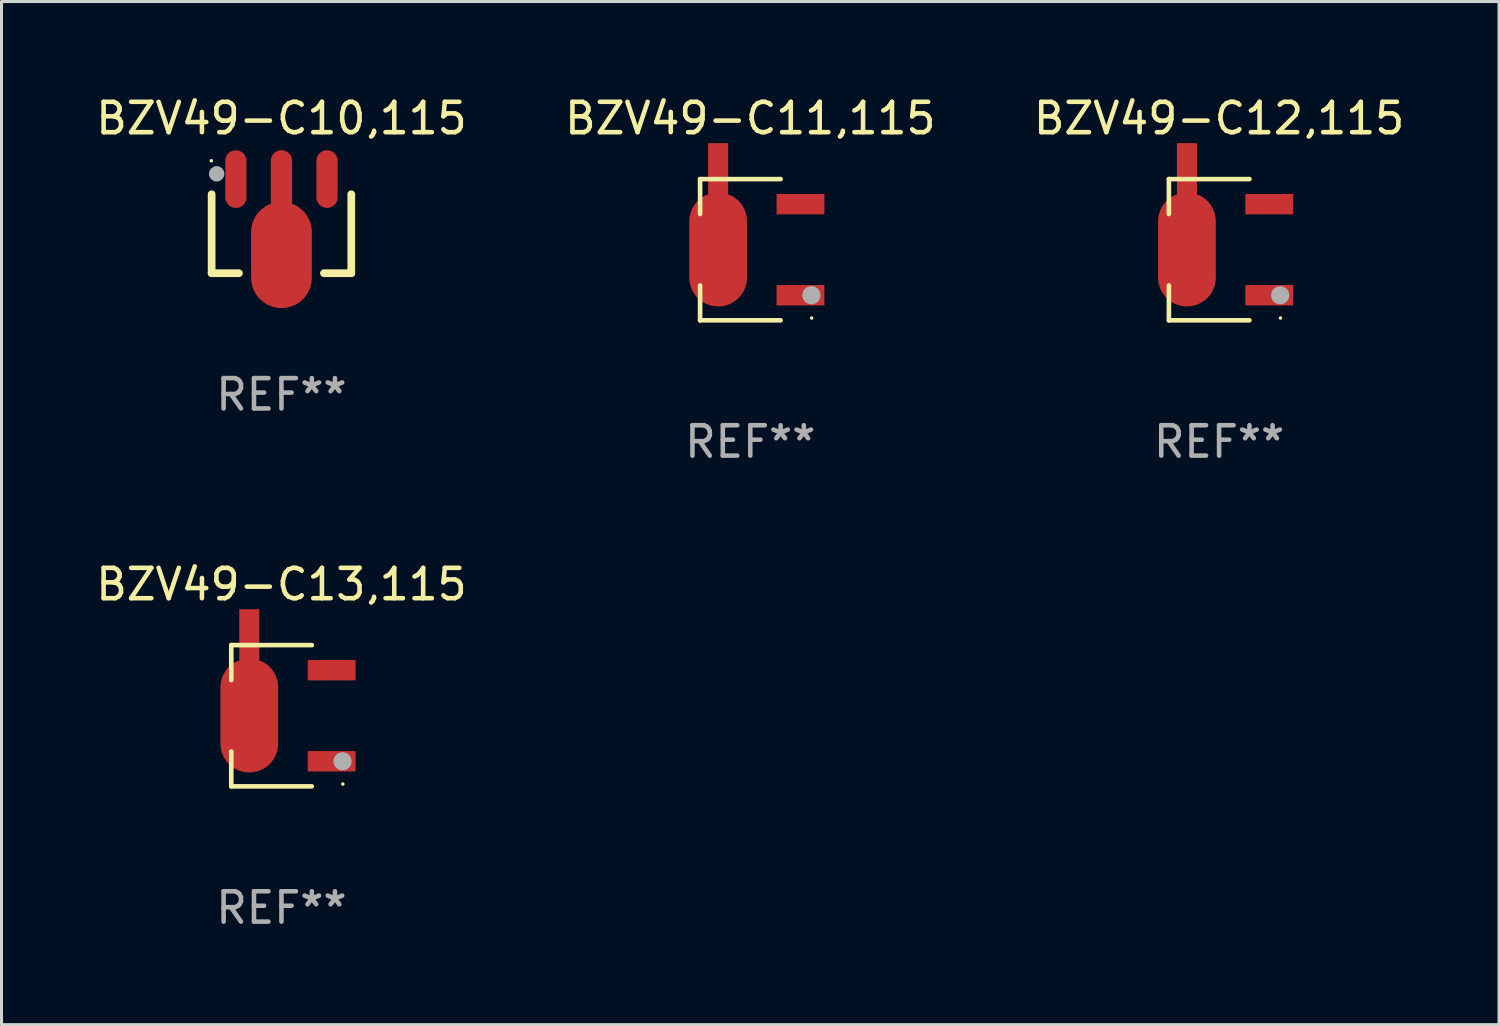
<source format=kicad_pcb>
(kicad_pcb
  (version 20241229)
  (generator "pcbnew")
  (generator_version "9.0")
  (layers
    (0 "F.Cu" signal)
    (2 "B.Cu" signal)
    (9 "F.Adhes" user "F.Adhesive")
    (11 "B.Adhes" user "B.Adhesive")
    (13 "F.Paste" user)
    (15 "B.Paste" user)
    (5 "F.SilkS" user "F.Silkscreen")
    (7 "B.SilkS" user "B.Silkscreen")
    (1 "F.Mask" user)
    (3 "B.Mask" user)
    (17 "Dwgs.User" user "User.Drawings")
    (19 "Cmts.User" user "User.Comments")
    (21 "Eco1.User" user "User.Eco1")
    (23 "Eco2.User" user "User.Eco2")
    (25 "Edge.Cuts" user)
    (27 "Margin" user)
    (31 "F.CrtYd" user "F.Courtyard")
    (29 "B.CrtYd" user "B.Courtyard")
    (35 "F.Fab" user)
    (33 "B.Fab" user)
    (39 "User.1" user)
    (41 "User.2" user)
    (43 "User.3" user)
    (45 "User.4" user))
  (footprint "BZV49-C13,115"
    (layer "F.Cu")
    (at 6.22 20.523)
    (property "Reference" "BZV49-C13,115" (at 0 -4.326 0) (layer "F.SilkS") (effects (font (size 1 1) (thickness 0.15))))
    (attr through_hole)
    (fp_line (start -1.653 -2.326) (end -1.653 -1.177) (stroke (width 0.152) (type solid)) (layer "F.SilkS"))
    (fp_line (start -1.653 2.326) (end -1.653 1.177) (stroke (width 0.152) (type solid)) (layer "F.SilkS"))
    (fp_line (start 0.999 -2.326) (end -1.653 -2.326) (stroke (width 0.152) (type solid)) (layer "F.SilkS"))
    (fp_line (start 0.999 2.326) (end -1.653 2.326) (stroke (width 0.152) (type solid)) (layer "F.SilkS"))
    (fp_circle (center 2.021 2.25) (end 2.051 2.25) (stroke (width 0.06) (type solid)) (fill no) (layer "F.SilkS"))
    (fp_circle (center 2.012 1.5) (end 2.162 1.5) (stroke (width 0.3) (type solid)) (fill no) (layer "F.Fab"))
    (fp_text user "REF**" (at 0 6.326 0) (layer "F.Fab") (effects (font (size 1 1) (thickness 0.15))))
    (pad "1" smd rect (at 1.653 1.5) (size 1.575 0.672) (layers "F.Cu" "F.Mask" "F.Paste"))
    (pad "2" smd custom (at -1.059 -0.009 90) (size 1.9 5.377) (layers "F.Cu" "F.Mask" "F.Paste") (options (anchor circle)) (primitives (gr_poly (pts (xy -0.927 -0.95) (xy 0.927 -0.95) (xy 0.972 -0.949) (xy 1.016 -0.946) (xy 1.06 -0.941) (xy 1.104 -0.933) (xy 1.148 -0.924) (xy 1.191 -0.913) (xy 1.233 -0.899) (xy 1.275 -0.884) (xy 1.316 -0.867) (xy 1.357 -0.848) (xy 1.396 -0.826) (xy 1.434 -0.804) (xy 1.471 -0.779) (xy 1.507 -0.753) (xy 1.542 -0.725) (xy 1.575 -0.695) (xy 1.607 -0.664) (xy 1.637 -0.631) (xy 1.666 -0.597) (xy 1.693 -0.562) (xy 1.719 -0.526) (xy 1.742 -0.488) (xy 1.764 -0.449) (xy 1.785 -0.409) (xy 1.803 -0.33) (xy 3.5 -0.33) (xy 3.5 0.33) (xy 1.803 0.33) (xy 1.785 0.409) (xy 1.764 0.449) (xy 1.742 0.488) (xy 1.719 0.525) (xy 1.693 0.562) (xy 1.666 0.597) (xy 1.637 0.631) (xy 1.607 0.664) (xy 1.575 0.695) (xy 1.542 0.725) (xy 1.507 0.753) (xy 1.471 0.779) (xy 1.434 0.803) (xy 1.396 0.826) (xy 1.357 0.847) (xy 1.316 0.867) (xy 1.275 0.884) (xy 1.233 0.899) (xy 1.191 0.913) (xy 1.148 0.924) (xy 1.104 0.933) (xy 1.06 0.941) (xy 1.016 0.946) (xy 0.972 0.949) (xy 0.927 0.95) (xy -0.927 0.95) (xy -0.972 0.949) (xy -1.016 0.946) (xy -1.06 0.941) (xy -1.104 0.933) (xy -1.148 0.924) (xy -1.191 0.913) (xy -1.233 0.899) (xy -1.275 0.884) (xy -1.316 0.867) (xy -1.356 0.847) (xy -1.396 0.826) (xy -1.434 0.803) (xy -1.471 0.779) (xy -1.507 0.753) (xy -1.541 0.725) (xy -1.575 0.695) (xy -1.607 0.664) (xy -1.637 0.631) (xy -1.666 0.597) (xy -1.693 0.562) (xy -1.718 0.525) (xy -1.742 0.488) (xy -1.764 0.449) (xy -1.784 0.409) (xy -1.803 0.369) (xy -1.819 0.327) (xy -1.833 0.285) (xy -1.846 0.242) (xy -1.856 0.199) (xy -1.864 0.155) (xy -1.87 0.111) (xy -1.875 0.067) (xy -1.877 0.022) (xy -1.877 -0.022) (xy -1.875 -0.067) (xy -1.87 -0.111) (xy -1.864 -0.155) (xy -1.856 -0.199) (xy -1.846 -0.242) (xy -1.833 -0.285) (xy -1.819 -0.327) (xy -1.803 -0.369) (xy -1.784 -0.409) (xy -1.764 -0.449) (xy -1.742 -0.488) (xy -1.718 -0.526) (xy -1.693 -0.562) (xy -1.666 -0.597) (xy -1.637 -0.631) (xy -1.607 -0.664) (xy -1.575 -0.695) (xy -1.541 -0.725) (xy -1.507 -0.753) (xy -1.471 -0.779) (xy -1.434 -0.804) (xy -1.396 -0.826) (xy -1.356 -0.848) (xy -1.316 -0.867) (xy -1.275 -0.884) (xy -1.233 -0.899) (xy -1.191 -0.913) (xy -1.148 -0.924) (xy -1.104 -0.933) (xy -1.06 -0.941) (xy -1.016 -0.946) (xy -0.972 -0.949) (xy -0.927 -0.95)) (width 0) (fill yes))))
    (pad "3" smd rect (at 1.653 -1.5) (size 1.575 0.672) (layers "F.Cu" "F.Mask" "F.Paste")))
  (footprint "BZV49-C11,115"
    (layer "F.Cu")
    (at 21.661 5.174)
    (property "Reference" "BZV49-C11,115" (at 0 -4.326 0) (layer "F.SilkS") (effects (font (size 1 1) (thickness 0.15))))
    (attr through_hole)
    (fp_line (start -1.653 -2.326) (end -1.653 -1.177) (stroke (width 0.152) (type solid)) (layer "F.SilkS"))
    (fp_line (start -1.653 2.326) (end -1.653 1.177) (stroke (width 0.152) (type solid)) (layer "F.SilkS"))
    (fp_line (start 0.999 -2.326) (end -1.653 -2.326) (stroke (width 0.152) (type solid)) (layer "F.SilkS"))
    (fp_line (start 0.999 2.326) (end -1.653 2.326) (stroke (width 0.152) (type solid)) (layer "F.SilkS"))
    (fp_circle (center 2.021 2.25) (end 2.051 2.25) (stroke (width 0.06) (type solid)) (fill no) (layer "F.SilkS"))
    (fp_circle (center 2.012 1.5) (end 2.162 1.5) (stroke (width 0.3) (type solid)) (fill no) (layer "F.Fab"))
    (fp_text user "REF**" (at 0 6.326 0) (layer "F.Fab") (effects (font (size 1 1) (thickness 0.15))))
    (pad "1" smd rect (at 1.653 1.5) (size 1.575 0.672) (layers "F.Cu" "F.Mask" "F.Paste"))
    (pad "2" smd custom (at -1.059 -0.009 90) (size 1.9 5.377) (layers "F.Cu" "F.Mask" "F.Paste") (options (anchor circle)) (primitives (gr_poly (pts (xy -0.927 -0.95) (xy 0.927 -0.95) (xy 0.972 -0.949) (xy 1.016 -0.946) (xy 1.06 -0.941) (xy 1.104 -0.933) (xy 1.148 -0.924) (xy 1.191 -0.913) (xy 1.233 -0.899) (xy 1.275 -0.884) (xy 1.316 -0.867) (xy 1.357 -0.848) (xy 1.396 -0.826) (xy 1.434 -0.804) (xy 1.471 -0.779) (xy 1.507 -0.753) (xy 1.542 -0.725) (xy 1.575 -0.695) (xy 1.607 -0.664) (xy 1.637 -0.631) (xy 1.666 -0.597) (xy 1.693 -0.562) (xy 1.719 -0.526) (xy 1.742 -0.488) (xy 1.764 -0.449) (xy 1.785 -0.409) (xy 1.803 -0.33) (xy 3.5 -0.33) (xy 3.5 0.33) (xy 1.803 0.33) (xy 1.785 0.409) (xy 1.764 0.449) (xy 1.742 0.488) (xy 1.719 0.525) (xy 1.693 0.562) (xy 1.666 0.597) (xy 1.637 0.631) (xy 1.607 0.664) (xy 1.575 0.695) (xy 1.542 0.725) (xy 1.507 0.753) (xy 1.471 0.779) (xy 1.434 0.803) (xy 1.396 0.826) (xy 1.357 0.847) (xy 1.316 0.867) (xy 1.275 0.884) (xy 1.233 0.899) (xy 1.191 0.913) (xy 1.148 0.924) (xy 1.104 0.933) (xy 1.06 0.941) (xy 1.016 0.946) (xy 0.972 0.949) (xy 0.927 0.95) (xy -0.927 0.95) (xy -0.972 0.949) (xy -1.016 0.946) (xy -1.06 0.941) (xy -1.104 0.933) (xy -1.148 0.924) (xy -1.191 0.913) (xy -1.233 0.899) (xy -1.275 0.884) (xy -1.316 0.867) (xy -1.356 0.847) (xy -1.396 0.826) (xy -1.434 0.803) (xy -1.471 0.779) (xy -1.507 0.753) (xy -1.541 0.725) (xy -1.575 0.695) (xy -1.607 0.664) (xy -1.637 0.631) (xy -1.666 0.597) (xy -1.693 0.562) (xy -1.718 0.525) (xy -1.742 0.488) (xy -1.764 0.449) (xy -1.784 0.409) (xy -1.803 0.369) (xy -1.819 0.327) (xy -1.833 0.285) (xy -1.846 0.242) (xy -1.856 0.199) (xy -1.864 0.155) (xy -1.87 0.111) (xy -1.875 0.067) (xy -1.877 0.022) (xy -1.877 -0.022) (xy -1.875 -0.067) (xy -1.87 -0.111) (xy -1.864 -0.155) (xy -1.856 -0.199) (xy -1.846 -0.242) (xy -1.833 -0.285) (xy -1.819 -0.327) (xy -1.803 -0.369) (xy -1.784 -0.409) (xy -1.764 -0.449) (xy -1.742 -0.488) (xy -1.718 -0.526) (xy -1.693 -0.562) (xy -1.666 -0.597) (xy -1.637 -0.631) (xy -1.607 -0.664) (xy -1.575 -0.695) (xy -1.541 -0.725) (xy -1.507 -0.753) (xy -1.471 -0.779) (xy -1.434 -0.804) (xy -1.396 -0.826) (xy -1.356 -0.848) (xy -1.316 -0.867) (xy -1.275 -0.884) (xy -1.233 -0.899) (xy -1.191 -0.913) (xy -1.148 -0.924) (xy -1.104 -0.933) (xy -1.06 -0.941) (xy -1.016 -0.946) (xy -0.972 -0.949) (xy -0.927 -0.95)) (width 0) (fill yes))))
    (pad "3" smd rect (at 1.653 -1.5) (size 1.575 0.672) (layers "F.Cu" "F.Mask" "F.Paste")))
  (footprint "BZV49-C12,115"
    (layer "F.Cu")
    (at 37.101 5.174)
    (property "Reference" "BZV49-C12,115" (at 0 -4.326 0) (layer "F.SilkS") (effects (font (size 1 1) (thickness 0.15))))
    (attr through_hole)
    (fp_line (start -1.653 -2.326) (end -1.653 -1.177) (stroke (width 0.152) (type solid)) (layer "F.SilkS"))
    (fp_line (start -1.653 2.326) (end -1.653 1.177) (stroke (width 0.152) (type solid)) (layer "F.SilkS"))
    (fp_line (start 0.999 -2.326) (end -1.653 -2.326) (stroke (width 0.152) (type solid)) (layer "F.SilkS"))
    (fp_line (start 0.999 2.326) (end -1.653 2.326) (stroke (width 0.152) (type solid)) (layer "F.SilkS"))
    (fp_circle (center 2.021 2.25) (end 2.051 2.25) (stroke (width 0.06) (type solid)) (fill no) (layer "F.SilkS"))
    (fp_circle (center 2.012 1.5) (end 2.162 1.5) (stroke (width 0.3) (type solid)) (fill no) (layer "F.Fab"))
    (fp_text user "REF**" (at 0 6.326 0) (layer "F.Fab") (effects (font (size 1 1) (thickness 0.15))))
    (pad "1" smd rect (at 1.653 1.5) (size 1.575 0.672) (layers "F.Cu" "F.Mask" "F.Paste"))
    (pad "2" smd custom (at -1.059 -0.009 90) (size 1.9 5.377) (layers "F.Cu" "F.Mask" "F.Paste") (options (anchor circle)) (primitives (gr_poly (pts (xy -0.927 -0.95) (xy 0.927 -0.95) (xy 0.972 -0.949) (xy 1.016 -0.946) (xy 1.06 -0.941) (xy 1.104 -0.933) (xy 1.148 -0.924) (xy 1.191 -0.913) (xy 1.233 -0.899) (xy 1.275 -0.884) (xy 1.316 -0.867) (xy 1.357 -0.848) (xy 1.396 -0.826) (xy 1.434 -0.804) (xy 1.471 -0.779) (xy 1.507 -0.753) (xy 1.542 -0.725) (xy 1.575 -0.695) (xy 1.607 -0.664) (xy 1.637 -0.631) (xy 1.666 -0.597) (xy 1.693 -0.562) (xy 1.719 -0.526) (xy 1.742 -0.488) (xy 1.764 -0.449) (xy 1.785 -0.409) (xy 1.803 -0.33) (xy 3.5 -0.33) (xy 3.5 0.33) (xy 1.803 0.33) (xy 1.785 0.409) (xy 1.764 0.449) (xy 1.742 0.488) (xy 1.719 0.525) (xy 1.693 0.562) (xy 1.666 0.597) (xy 1.637 0.631) (xy 1.607 0.664) (xy 1.575 0.695) (xy 1.542 0.725) (xy 1.507 0.753) (xy 1.471 0.779) (xy 1.434 0.803) (xy 1.396 0.826) (xy 1.357 0.847) (xy 1.316 0.867) (xy 1.275 0.884) (xy 1.233 0.899) (xy 1.191 0.913) (xy 1.148 0.924) (xy 1.104 0.933) (xy 1.06 0.941) (xy 1.016 0.946) (xy 0.972 0.949) (xy 0.927 0.95) (xy -0.927 0.95) (xy -0.972 0.949) (xy -1.016 0.946) (xy -1.06 0.941) (xy -1.104 0.933) (xy -1.148 0.924) (xy -1.191 0.913) (xy -1.233 0.899) (xy -1.275 0.884) (xy -1.316 0.867) (xy -1.356 0.847) (xy -1.396 0.826) (xy -1.434 0.803) (xy -1.471 0.779) (xy -1.507 0.753) (xy -1.541 0.725) (xy -1.575 0.695) (xy -1.607 0.664) (xy -1.637 0.631) (xy -1.666 0.597) (xy -1.693 0.562) (xy -1.718 0.525) (xy -1.742 0.488) (xy -1.764 0.449) (xy -1.784 0.409) (xy -1.803 0.369) (xy -1.819 0.327) (xy -1.833 0.285) (xy -1.846 0.242) (xy -1.856 0.199) (xy -1.864 0.155) (xy -1.87 0.111) (xy -1.875 0.067) (xy -1.877 0.022) (xy -1.877 -0.022) (xy -1.875 -0.067) (xy -1.87 -0.111) (xy -1.864 -0.155) (xy -1.856 -0.199) (xy -1.846 -0.242) (xy -1.833 -0.285) (xy -1.819 -0.327) (xy -1.803 -0.369) (xy -1.784 -0.409) (xy -1.764 -0.449) (xy -1.742 -0.488) (xy -1.718 -0.526) (xy -1.693 -0.562) (xy -1.666 -0.597) (xy -1.637 -0.631) (xy -1.607 -0.664) (xy -1.575 -0.695) (xy -1.541 -0.725) (xy -1.507 -0.753) (xy -1.471 -0.779) (xy -1.434 -0.804) (xy -1.396 -0.826) (xy -1.356 -0.848) (xy -1.316 -0.867) (xy -1.275 -0.884) (xy -1.233 -0.899) (xy -1.191 -0.913) (xy -1.148 -0.924) (xy -1.104 -0.933) (xy -1.06 -0.941) (xy -1.016 -0.946) (xy -0.972 -0.949) (xy -0.927 -0.95)) (width 0) (fill yes))))
    (pad "3" smd rect (at 1.653 -1.5) (size 1.575 0.672) (layers "F.Cu" "F.Mask" "F.Paste")))
  (footprint "BZV49-C10,115"
    (layer "F.Cu")
    (at 6.22 4.398)
    (property "Reference" "BZV49-C10,115" (at 0 -3.55 0) (layer "F.SilkS") (effects (font (size 1 1) (thickness 0.15))))
    (attr through_hole)
    (fp_line (start -2.3 1.55) (end -2.3 -1.05) (stroke (width 0.254) (type solid)) (layer "F.SilkS"))
    (fp_line (start -1.4 1.55) (end -2.3 1.55) (stroke (width 0.254) (type solid)) (layer "F.SilkS"))
    (fp_line (start 2.3 -1.05) (end 2.3 1.55) (stroke (width 0.254) (type solid)) (layer "F.SilkS"))
    (fp_line (start 2.3 1.55) (end 1.4 1.55) (stroke (width 0.254) (type solid)) (layer "F.SilkS"))
    (fp_circle (center -2.311 -2.154) (end -2.281 -2.154) (stroke (width 0.06) (type solid)) (fill no) (layer "F.SilkS"))
    (fp_circle (center -2.134 -1.723) (end -2.007 -1.723) (stroke (width 0.254) (type solid)) (fill no) (layer "F.Fab"))
    (fp_text user "REF**" (at 0 5.55 0) (layer "F.Fab") (effects (font (size 1 1) (thickness 0.15))))
    (pad "1" smd oval (at -1.501 -1.55) (size 0.7 1.9) (layers "F.Cu" "F.Mask" "F.Paste"))
    (pad "2" smd oval (at 0 -1.451) (size 0.7 2.1) (layers "F.Cu" "F.Mask" "F.Paste"))
    (pad "2" smd oval (at 0 0.949) (size 2 3.5) (layers "F.Cu" "F.Mask" "F.Paste"))
    (pad "3" smd oval (at 1.501 -1.55) (size 0.7 1.9) (layers "F.Cu" "F.Mask" "F.Paste")))
  (gr_rect
    (start -3 -3)
    (end 46.321 30.698)
    (stroke (width 0.1) (type default))
    (fill no)
    (layer "Edge.Cuts")))
</source>
